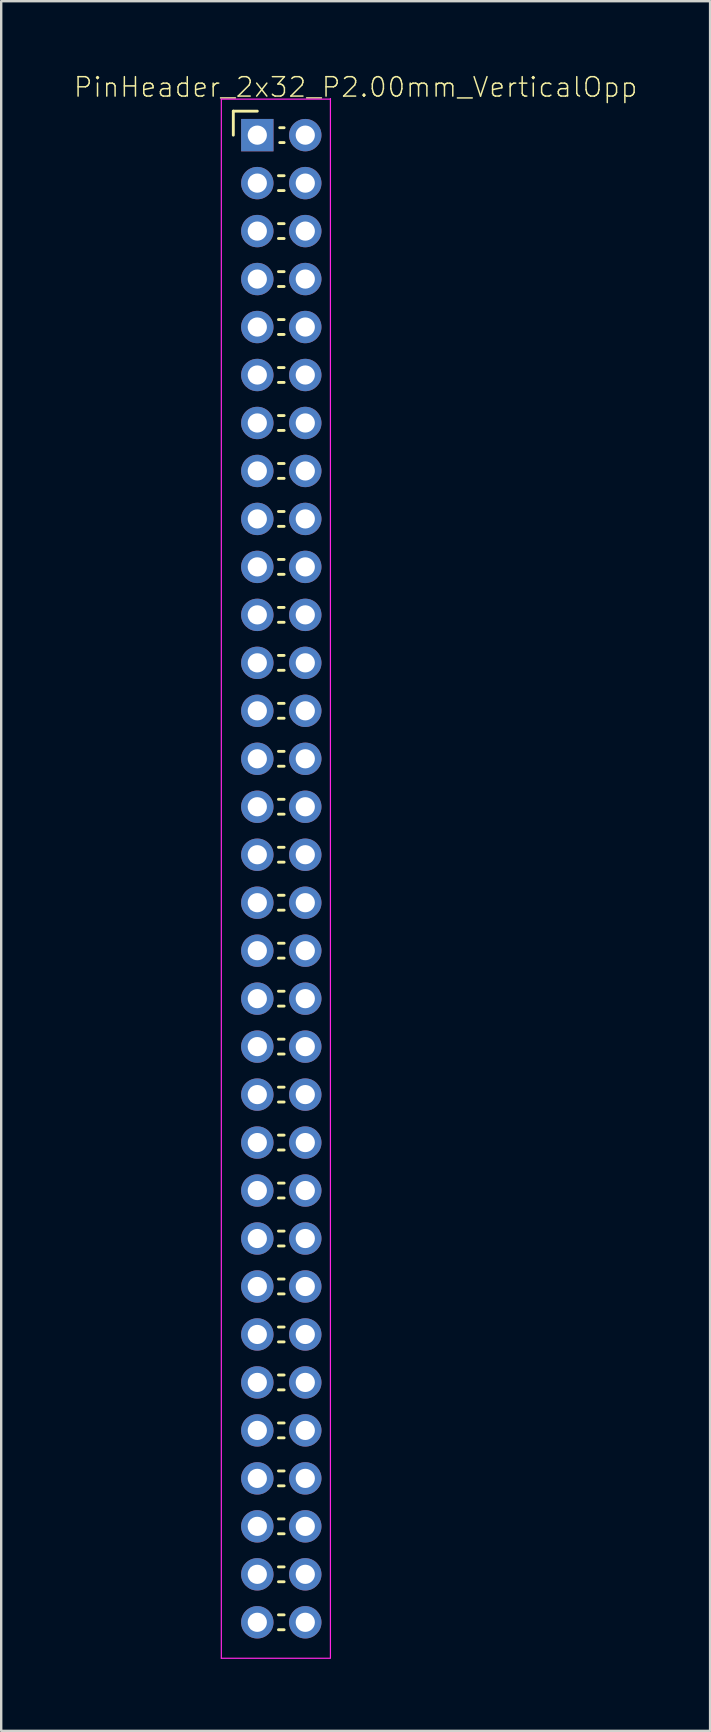
<source format=kicad_pcb>
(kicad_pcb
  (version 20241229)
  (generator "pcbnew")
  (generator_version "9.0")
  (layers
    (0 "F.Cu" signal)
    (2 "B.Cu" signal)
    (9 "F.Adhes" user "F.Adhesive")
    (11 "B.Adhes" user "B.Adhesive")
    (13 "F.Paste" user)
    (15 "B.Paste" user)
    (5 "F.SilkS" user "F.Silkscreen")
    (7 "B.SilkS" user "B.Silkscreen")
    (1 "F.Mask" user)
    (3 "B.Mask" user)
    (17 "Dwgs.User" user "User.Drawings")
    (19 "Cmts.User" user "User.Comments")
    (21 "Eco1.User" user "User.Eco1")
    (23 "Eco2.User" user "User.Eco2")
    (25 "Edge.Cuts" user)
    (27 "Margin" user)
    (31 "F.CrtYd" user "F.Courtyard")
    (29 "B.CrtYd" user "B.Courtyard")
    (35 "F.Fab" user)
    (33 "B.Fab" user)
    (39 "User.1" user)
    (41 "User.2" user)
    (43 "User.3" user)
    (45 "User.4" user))
  (footprint "PinHeader_2x32_P2.00mm_VerticalOpp"
    (layer "F.Cu")
    (at 7.677 2.584)
    (property "Reference" "PinHeader_2x32_P2.00mm_VerticalOpp" (at 4.1 -2 0) (layer "F.SilkS") (effects (font (size 0.81 0.81) (thickness 0.062))))
    (attr through_hole)
    (fp_line (start -1 -1) (end 0 -1) (stroke (width 0.12) (type solid)) (layer "F.SilkS"))
    (fp_line (start -1 0) (end -1 -1) (stroke (width 0.12) (type solid)) (layer "F.SilkS"))
    (fp_line (start 0.882 1.69) (end 1.118 1.69) (stroke (width 0.12) (type solid)) (layer "F.SilkS"))
    (fp_line (start 0.882 2.31) (end 1.118 2.31) (stroke (width 0.12) (type solid)) (layer "F.SilkS"))
    (fp_line (start 0.882 3.69) (end 1.118 3.69) (stroke (width 0.12) (type solid)) (layer "F.SilkS"))
    (fp_line (start 0.882 4.31) (end 1.118 4.31) (stroke (width 0.12) (type solid)) (layer "F.SilkS"))
    (fp_line (start 0.882 5.69) (end 1.118 5.69) (stroke (width 0.12) (type solid)) (layer "F.SilkS"))
    (fp_line (start 0.882 6.31) (end 1.118 6.31) (stroke (width 0.12) (type solid)) (layer "F.SilkS"))
    (fp_line (start 0.882 7.69) (end 1.118 7.69) (stroke (width 0.12) (type solid)) (layer "F.SilkS"))
    (fp_line (start 0.882 8.31) (end 1.118 8.31) (stroke (width 0.12) (type solid)) (layer "F.SilkS"))
    (fp_line (start 0.882 9.69) (end 1.118 9.69) (stroke (width 0.12) (type solid)) (layer "F.SilkS"))
    (fp_line (start 0.882 10.31) (end 1.118 10.31) (stroke (width 0.12) (type solid)) (layer "F.SilkS"))
    (fp_line (start 0.882 11.69) (end 1.118 11.69) (stroke (width 0.12) (type solid)) (layer "F.SilkS"))
    (fp_line (start 0.882 12.31) (end 1.118 12.31) (stroke (width 0.12) (type solid)) (layer "F.SilkS"))
    (fp_line (start 0.882 13.69) (end 1.118 13.69) (stroke (width 0.12) (type solid)) (layer "F.SilkS"))
    (fp_line (start 0.882 14.31) (end 1.118 14.31) (stroke (width 0.12) (type solid)) (layer "F.SilkS"))
    (fp_line (start 0.882 15.69) (end 1.118 15.69) (stroke (width 0.12) (type solid)) (layer "F.SilkS"))
    (fp_line (start 0.882 16.31) (end 1.118 16.31) (stroke (width 0.12) (type solid)) (layer "F.SilkS"))
    (fp_line (start 0.882 17.69) (end 1.118 17.69) (stroke (width 0.12) (type solid)) (layer "F.SilkS"))
    (fp_line (start 0.882 18.31) (end 1.118 18.31) (stroke (width 0.12) (type solid)) (layer "F.SilkS"))
    (fp_line (start 0.882 19.69) (end 1.118 19.69) (stroke (width 0.12) (type solid)) (layer "F.SilkS"))
    (fp_line (start 0.882 20.31) (end 1.118 20.31) (stroke (width 0.12) (type solid)) (layer "F.SilkS"))
    (fp_line (start 0.882 21.69) (end 1.118 21.69) (stroke (width 0.12) (type solid)) (layer "F.SilkS"))
    (fp_line (start 0.882 22.31) (end 1.118 22.31) (stroke (width 0.12) (type solid)) (layer "F.SilkS"))
    (fp_line (start 0.882 23.69) (end 1.118 23.69) (stroke (width 0.12) (type solid)) (layer "F.SilkS"))
    (fp_line (start 0.882 24.31) (end 1.118 24.31) (stroke (width 0.12) (type solid)) (layer "F.SilkS"))
    (fp_line (start 0.882 25.69) (end 1.118 25.69) (stroke (width 0.12) (type solid)) (layer "F.SilkS"))
    (fp_line (start 0.882 26.31) (end 1.118 26.31) (stroke (width 0.12) (type solid)) (layer "F.SilkS"))
    (fp_line (start 0.882 27.69) (end 1.118 27.69) (stroke (width 0.12) (type solid)) (layer "F.SilkS"))
    (fp_line (start 0.882 28.31) (end 1.118 28.31) (stroke (width 0.12) (type solid)) (layer "F.SilkS"))
    (fp_line (start 0.882 29.69) (end 1.118 29.69) (stroke (width 0.12) (type solid)) (layer "F.SilkS"))
    (fp_line (start 0.882 30.31) (end 1.118 30.31) (stroke (width 0.12) (type solid)) (layer "F.SilkS"))
    (fp_line (start 0.882 31.69) (end 1.118 31.69) (stroke (width 0.12) (type solid)) (layer "F.SilkS"))
    (fp_line (start 0.882 32.31) (end 1.118 32.31) (stroke (width 0.12) (type solid)) (layer "F.SilkS"))
    (fp_line (start 0.882 33.69) (end 1.118 33.69) (stroke (width 0.12) (type solid)) (layer "F.SilkS"))
    (fp_line (start 0.882 34.31) (end 1.118 34.31) (stroke (width 0.12) (type solid)) (layer "F.SilkS"))
    (fp_line (start 0.882 35.69) (end 1.118 35.69) (stroke (width 0.12) (type solid)) (layer "F.SilkS"))
    (fp_line (start 0.882 36.31) (end 1.118 36.31) (stroke (width 0.12) (type solid)) (layer "F.SilkS"))
    (fp_line (start 0.882 37.69) (end 1.118 37.69) (stroke (width 0.12) (type solid)) (layer "F.SilkS"))
    (fp_line (start 0.882 38.31) (end 1.118 38.31) (stroke (width 0.12) (type solid)) (layer "F.SilkS"))
    (fp_line (start 0.882 39.69) (end 1.118 39.69) (stroke (width 0.12) (type solid)) (layer "F.SilkS"))
    (fp_line (start 0.882 40.31) (end 1.118 40.31) (stroke (width 0.12) (type solid)) (layer "F.SilkS"))
    (fp_line (start 0.882 41.69) (end 1.118 41.69) (stroke (width 0.12) (type solid)) (layer "F.SilkS"))
    (fp_line (start 0.882 42.31) (end 1.118 42.31) (stroke (width 0.12) (type solid)) (layer "F.SilkS"))
    (fp_line (start 0.882 43.69) (end 1.118 43.69) (stroke (width 0.12) (type solid)) (layer "F.SilkS"))
    (fp_line (start 0.882 44.31) (end 1.118 44.31) (stroke (width 0.12) (type solid)) (layer "F.SilkS"))
    (fp_line (start 0.882 45.69) (end 1.118 45.69) (stroke (width 0.12) (type solid)) (layer "F.SilkS"))
    (fp_line (start 0.882 46.31) (end 1.118 46.31) (stroke (width 0.12) (type solid)) (layer "F.SilkS"))
    (fp_line (start 0.882 47.69) (end 1.118 47.69) (stroke (width 0.12) (type solid)) (layer "F.SilkS"))
    (fp_line (start 0.882 48.31) (end 1.118 48.31) (stroke (width 0.12) (type solid)) (layer "F.SilkS"))
    (fp_line (start 0.882 49.69) (end 1.118 49.69) (stroke (width 0.12) (type solid)) (layer "F.SilkS"))
    (fp_line (start 0.882 50.31) (end 1.118 50.31) (stroke (width 0.12) (type solid)) (layer "F.SilkS"))
    (fp_line (start 0.882 51.69) (end 1.118 51.69) (stroke (width 0.12) (type solid)) (layer "F.SilkS"))
    (fp_line (start 0.882 52.31) (end 1.118 52.31) (stroke (width 0.12) (type solid)) (layer "F.SilkS"))
    (fp_line (start 0.882 53.69) (end 1.118 53.69) (stroke (width 0.12) (type solid)) (layer "F.SilkS"))
    (fp_line (start 0.882 54.31) (end 1.118 54.31) (stroke (width 0.12) (type solid)) (layer "F.SilkS"))
    (fp_line (start 0.882 55.69) (end 1.118 55.69) (stroke (width 0.12) (type solid)) (layer "F.SilkS"))
    (fp_line (start 0.882 56.31) (end 1.118 56.31) (stroke (width 0.12) (type solid)) (layer "F.SilkS"))
    (fp_line (start 0.882 57.69) (end 1.118 57.69) (stroke (width 0.12) (type solid)) (layer "F.SilkS"))
    (fp_line (start 0.882 58.31) (end 1.118 58.31) (stroke (width 0.12) (type solid)) (layer "F.SilkS"))
    (fp_line (start 0.882 59.69) (end 1.118 59.69) (stroke (width 0.12) (type solid)) (layer "F.SilkS"))
    (fp_line (start 0.882 60.31) (end 1.118 60.31) (stroke (width 0.12) (type solid)) (layer "F.SilkS"))
    (fp_line (start 0.882 61.69) (end 1.118 61.69) (stroke (width 0.12) (type solid)) (layer "F.SilkS"))
    (fp_line (start 0.882 62.31) (end 1.118 62.31) (stroke (width 0.12) (type solid)) (layer "F.SilkS"))
    (fp_line (start 0.935 -0.31) (end 1.118 -0.31) (stroke (width 0.12) (type solid)) (layer "F.SilkS"))
    (fp_line (start 0.935 0.31) (end 1.118 0.31) (stroke (width 0.12) (type solid)) (layer "F.SilkS"))
    (fp_line (start -1.5 -1.5) (end -1.5 63.5) (stroke (width 0.05) (type solid)) (layer "F.CrtYd"))
    (fp_line (start -1.5 -1.5) (end 3.048 -1.5) (stroke (width 0.05) (type solid)) (layer "F.CrtYd"))
    (fp_line (start -1.5 63.5) (end 3.048 63.5) (stroke (width 0.05) (type solid)) (layer "F.CrtYd"))
    (fp_line (start 3.048 -1.524) (end 3.048 63.476) (stroke (width 0.05) (type solid)) (layer "F.CrtYd"))
    (fp_line (start -0.25 -0.25) (end -0.25 0.25) (stroke (width 0.1) (type solid)) (layer "F.Fab"))
    (fp_line (start -0.25 1.75) (end -0.25 2.25) (stroke (width 0.1) (type solid)) (layer "F.Fab"))
    (fp_line (start -0.25 3.75) (end -0.25 4.25) (stroke (width 0.1) (type solid)) (layer "F.Fab"))
    (fp_line (start -0.25 5.75) (end -0.25 6.25) (stroke (width 0.1) (type solid)) (layer "F.Fab"))
    (fp_line (start -0.25 7.75) (end -0.25 8.25) (stroke (width 0.1) (type solid)) (layer "F.Fab"))
    (fp_line (start -0.25 9.75) (end -0.25 10.25) (stroke (width 0.1) (type solid)) (layer "F.Fab"))
    (fp_line (start -0.25 11.75) (end -0.25 12.25) (stroke (width 0.1) (type solid)) (layer "F.Fab"))
    (fp_line (start -0.25 13.75) (end -0.25 14.25) (stroke (width 0.1) (type solid)) (layer "F.Fab"))
    (fp_line (start -0.25 15.75) (end -0.25 16.25) (stroke (width 0.1) (type solid)) (layer "F.Fab"))
    (fp_line (start -0.25 17.75) (end -0.25 18.25) (stroke (width 0.1) (type solid)) (layer "F.Fab"))
    (fp_line (start -0.25 19.75) (end -0.25 20.25) (stroke (width 0.1) (type solid)) (layer "F.Fab"))
    (fp_line (start -0.25 21.75) (end -0.25 22.25) (stroke (width 0.1) (type solid)) (layer "F.Fab"))
    (fp_line (start -0.25 23.75) (end -0.25 24.25) (stroke (width 0.1) (type solid)) (layer "F.Fab"))
    (fp_line (start -0.25 25.75) (end -0.25 26.25) (stroke (width 0.1) (type solid)) (layer "F.Fab"))
    (fp_line (start -0.25 27.75) (end -0.25 28.25) (stroke (width 0.1) (type solid)) (layer "F.Fab"))
    (fp_line (start -0.25 29.75) (end -0.25 30.25) (stroke (width 0.1) (type solid)) (layer "F.Fab"))
    (fp_line (start -0.25 31.75) (end -0.25 32.25) (stroke (width 0.1) (type solid)) (layer "F.Fab"))
    (fp_line (start -0.25 33.75) (end -0.25 34.25) (stroke (width 0.1) (type solid)) (layer "F.Fab"))
    (fp_line (start -0.25 35.75) (end -0.25 36.25) (stroke (width 0.1) (type solid)) (layer "F.Fab"))
    (fp_line (start -0.25 37.75) (end -0.25 38.25) (stroke (width 0.1) (type solid)) (layer "F.Fab"))
    (fp_line (start -0.25 39.75) (end -0.25 40.25) (stroke (width 0.1) (type solid)) (layer "F.Fab"))
    (fp_line (start -0.25 41.75) (end -0.25 42.25) (stroke (width 0.1) (type solid)) (layer "F.Fab"))
    (fp_line (start -0.25 43.75) (end -0.25 44.25) (stroke (width 0.1) (type solid)) (layer "F.Fab"))
    (fp_line (start -0.25 45.75) (end -0.25 46.25) (stroke (width 0.1) (type solid)) (layer "F.Fab"))
    (fp_line (start -0.25 47.75) (end -0.25 48.25) (stroke (width 0.1) (type solid)) (layer "F.Fab"))
    (fp_line (start -0.25 49.75) (end -0.25 50.25) (stroke (width 0.1) (type solid)) (layer "F.Fab"))
    (fp_line (start -0.25 51.75) (end -0.25 52.25) (stroke (width 0.1) (type solid)) (layer "F.Fab"))
    (fp_line (start -0.25 53.75) (end -0.25 54.25) (stroke (width 0.1) (type solid)) (layer "F.Fab"))
    (fp_line (start -0.25 55.75) (end -0.25 56.25) (stroke (width 0.1) (type solid)) (layer "F.Fab"))
    (fp_line (start -0.25 57.75) (end -0.25 58.25) (stroke (width 0.1) (type solid)) (layer "F.Fab"))
    (fp_line (start -0.25 59.75) (end -0.25 60.25) (stroke (width 0.1) (type solid)) (layer "F.Fab"))
    (fp_line (start -0.25 61.75) (end -0.25 62.25) (stroke (width 0.1) (type solid)) (layer "F.Fab"))
    (pad "1" thru_hole rect (at 0 0) (size 1.35 1.35) (drill 0.8) (layers "*.Cu" "*.Mask"))
    (pad "2" thru_hole oval (at 2 0) (size 1.35 1.35) (drill 0.8) (layers "*.Cu" "*.Mask"))
    (pad "3" thru_hole oval (at 0 2) (size 1.35 1.35) (drill 0.8) (layers "*.Cu" "*.Mask"))
    (pad "4" thru_hole oval (at 2 2) (size 1.35 1.35) (drill 0.8) (layers "*.Cu" "*.Mask"))
    (pad "5" thru_hole oval (at 0 4) (size 1.35 1.35) (drill 0.8) (layers "*.Cu" "*.Mask"))
    (pad "6" thru_hole oval (at 2 4) (size 1.35 1.35) (drill 0.8) (layers "*.Cu" "*.Mask"))
    (pad "7" thru_hole oval (at 0 6) (size 1.35 1.35) (drill 0.8) (layers "*.Cu" "*.Mask"))
    (pad "8" thru_hole oval (at 2 6) (size 1.35 1.35) (drill 0.8) (layers "*.Cu" "*.Mask"))
    (pad "9" thru_hole oval (at 0 8) (size 1.35 1.35) (drill 0.8) (layers "*.Cu" "*.Mask"))
    (pad "10" thru_hole oval (at 2 8) (size 1.35 1.35) (drill 0.8) (layers "*.Cu" "*.Mask"))
    (pad "11" thru_hole oval (at 0 10) (size 1.35 1.35) (drill 0.8) (layers "*.Cu" "*.Mask"))
    (pad "12" thru_hole oval (at 2 10) (size 1.35 1.35) (drill 0.8) (layers "*.Cu" "*.Mask"))
    (pad "13" thru_hole oval (at 0 12) (size 1.35 1.35) (drill 0.8) (layers "*.Cu" "*.Mask"))
    (pad "14" thru_hole oval (at 2 12) (size 1.35 1.35) (drill 0.8) (layers "*.Cu" "*.Mask"))
    (pad "15" thru_hole oval (at 0 14) (size 1.35 1.35) (drill 0.8) (layers "*.Cu" "*.Mask"))
    (pad "16" thru_hole oval (at 2 14) (size 1.35 1.35) (drill 0.8) (layers "*.Cu" "*.Mask"))
    (pad "17" thru_hole oval (at 0 16) (size 1.35 1.35) (drill 0.8) (layers "*.Cu" "*.Mask"))
    (pad "18" thru_hole oval (at 2 16) (size 1.35 1.35) (drill 0.8) (layers "*.Cu" "*.Mask"))
    (pad "19" thru_hole oval (at 0 18) (size 1.35 1.35) (drill 0.8) (layers "*.Cu" "*.Mask"))
    (pad "20" thru_hole oval (at 2 18) (size 1.35 1.35) (drill 0.8) (layers "*.Cu" "*.Mask"))
    (pad "21" thru_hole oval (at 0 20) (size 1.35 1.35) (drill 0.8) (layers "*.Cu" "*.Mask"))
    (pad "22" thru_hole oval (at 2 20) (size 1.35 1.35) (drill 0.8) (layers "*.Cu" "*.Mask"))
    (pad "23" thru_hole oval (at 0 22) (size 1.35 1.35) (drill 0.8) (layers "*.Cu" "*.Mask"))
    (pad "24" thru_hole oval (at 2 22) (size 1.35 1.35) (drill 0.8) (layers "*.Cu" "*.Mask"))
    (pad "25" thru_hole oval (at 0 24) (size 1.35 1.35) (drill 0.8) (layers "*.Cu" "*.Mask"))
    (pad "26" thru_hole oval (at 2 24) (size 1.35 1.35) (drill 0.8) (layers "*.Cu" "*.Mask"))
    (pad "27" thru_hole oval (at 0 26) (size 1.35 1.35) (drill 0.8) (layers "*.Cu" "*.Mask"))
    (pad "28" thru_hole oval (at 2 26) (size 1.35 1.35) (drill 0.8) (layers "*.Cu" "*.Mask"))
    (pad "29" thru_hole oval (at 0 28) (size 1.35 1.35) (drill 0.8) (layers "*.Cu" "*.Mask"))
    (pad "30" thru_hole oval (at 2 28) (size 1.35 1.35) (drill 0.8) (layers "*.Cu" "*.Mask"))
    (pad "31" thru_hole oval (at 0 30) (size 1.35 1.35) (drill 0.8) (layers "*.Cu" "*.Mask"))
    (pad "32" thru_hole oval (at 2 30) (size 1.35 1.35) (drill 0.8) (layers "*.Cu" "*.Mask"))
    (pad "33" thru_hole oval (at 0 32) (size 1.35 1.35) (drill 0.8) (layers "*.Cu" "*.Mask"))
    (pad "34" thru_hole oval (at 2 32) (size 1.35 1.35) (drill 0.8) (layers "*.Cu" "*.Mask"))
    (pad "35" thru_hole oval (at 0 34) (size 1.35 1.35) (drill 0.8) (layers "*.Cu" "*.Mask"))
    (pad "36" thru_hole oval (at 2 34) (size 1.35 1.35) (drill 0.8) (layers "*.Cu" "*.Mask"))
    (pad "37" thru_hole oval (at 0 36) (size 1.35 1.35) (drill 0.8) (layers "*.Cu" "*.Mask"))
    (pad "38" thru_hole oval (at 2 36) (size 1.35 1.35) (drill 0.8) (layers "*.Cu" "*.Mask"))
    (pad "39" thru_hole oval (at 0 38) (size 1.35 1.35) (drill 0.8) (layers "*.Cu" "*.Mask"))
    (pad "40" thru_hole oval (at 2 38) (size 1.35 1.35) (drill 0.8) (layers "*.Cu" "*.Mask"))
    (pad "41" thru_hole oval (at 0 40) (size 1.35 1.35) (drill 0.8) (layers "*.Cu" "*.Mask"))
    (pad "42" thru_hole oval (at 2 40) (size 1.35 1.35) (drill 0.8) (layers "*.Cu" "*.Mask"))
    (pad "43" thru_hole oval (at 0 42) (size 1.35 1.35) (drill 0.8) (layers "*.Cu" "*.Mask"))
    (pad "44" thru_hole oval (at 2 42) (size 1.35 1.35) (drill 0.8) (layers "*.Cu" "*.Mask"))
    (pad "45" thru_hole oval (at 0 44) (size 1.35 1.35) (drill 0.8) (layers "*.Cu" "*.Mask"))
    (pad "46" thru_hole oval (at 2 44) (size 1.35 1.35) (drill 0.8) (layers "*.Cu" "*.Mask"))
    (pad "47" thru_hole oval (at 0 46) (size 1.35 1.35) (drill 0.8) (layers "*.Cu" "*.Mask"))
    (pad "48" thru_hole oval (at 2 46) (size 1.35 1.35) (drill 0.8) (layers "*.Cu" "*.Mask"))
    (pad "49" thru_hole oval (at 0 48) (size 1.35 1.35) (drill 0.8) (layers "*.Cu" "*.Mask"))
    (pad "50" thru_hole oval (at 2 48) (size 1.35 1.35) (drill 0.8) (layers "*.Cu" "*.Mask"))
    (pad "51" thru_hole oval (at 0 50) (size 1.35 1.35) (drill 0.8) (layers "*.Cu" "*.Mask"))
    (pad "52" thru_hole oval (at 2 50) (size 1.35 1.35) (drill 0.8) (layers "*.Cu" "*.Mask"))
    (pad "53" thru_hole oval (at 0 52) (size 1.35 1.35) (drill 0.8) (layers "*.Cu" "*.Mask"))
    (pad "54" thru_hole oval (at 2 52) (size 1.35 1.35) (drill 0.8) (layers "*.Cu" "*.Mask"))
    (pad "55" thru_hole oval (at 0 54) (size 1.35 1.35) (drill 0.8) (layers "*.Cu" "*.Mask"))
    (pad "56" thru_hole oval (at 2 54) (size 1.35 1.35) (drill 0.8) (layers "*.Cu" "*.Mask"))
    (pad "57" thru_hole oval (at 0 56) (size 1.35 1.35) (drill 0.8) (layers "*.Cu" "*.Mask"))
    (pad "58" thru_hole oval (at 2 56) (size 1.35 1.35) (drill 0.8) (layers "*.Cu" "*.Mask"))
    (pad "59" thru_hole oval (at 0 58) (size 1.35 1.35) (drill 0.8) (layers "*.Cu" "*.Mask"))
    (pad "60" thru_hole oval (at 2 58) (size 1.35 1.35) (drill 0.8) (layers "*.Cu" "*.Mask"))
    (pad "61" thru_hole oval (at 0 60) (size 1.35 1.35) (drill 0.8) (layers "*.Cu" "*.Mask"))
    (pad "62" thru_hole oval (at 2 60) (size 1.35 1.35) (drill 0.8) (layers "*.Cu" "*.Mask"))
    (pad "63" thru_hole oval (at 0 62) (size 1.35 1.35) (drill 0.8) (layers "*.Cu" "*.Mask"))
    (pad "64" thru_hole oval (at 2 62) (size 1.35 1.35) (drill 0.8) (layers "*.Cu" "*.Mask")))
  (gr_rect
    (start -3 -3)
    (end 26.554 69.109)
    (stroke (width 0.1) (type default))
    (fill no)
    (layer "Edge.Cuts")))
</source>
